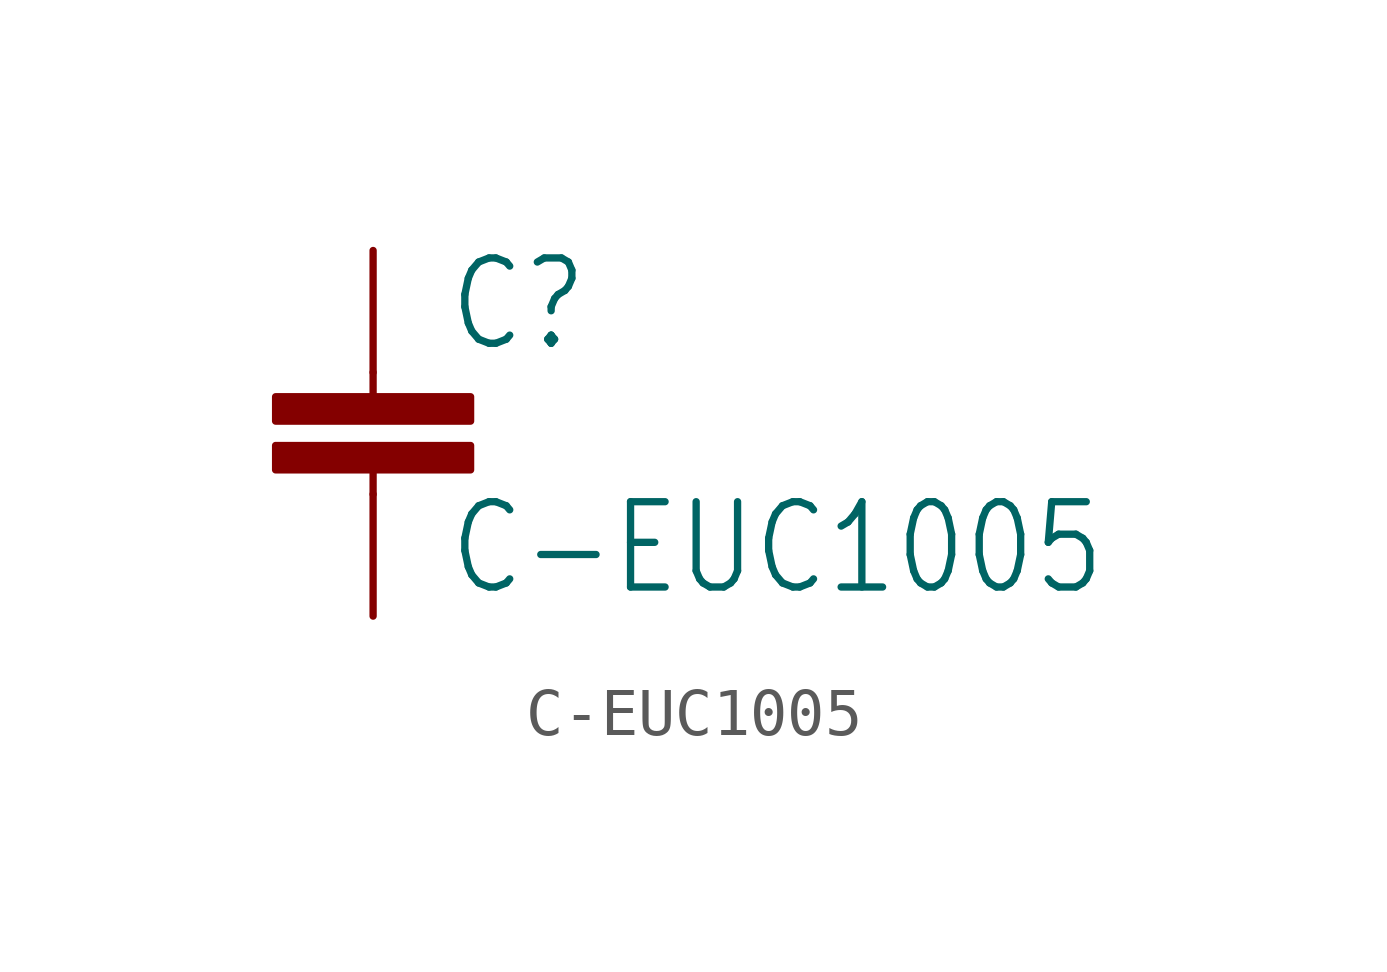
<source format=kicad_sym>
(kicad_symbol_lib
  (version 20211014)
  (generator kicad_symbol_editor)
  (symbol "C-EUC1005"
    (property "Reference" "C"
      (at 1.524 0.381 0)
      (effects (font (size 1.778 1.511)) (justify left bottom)))
    (property "Value" "C-EUC1005"
      (at 1.524 -4.699 0)
      (effects (font (size 1.778 1.511)) (justify left bottom)))
    (property "ki_locked" ""
      (at 0 0 0)
      (effects (font (size 1.27 1.27))))
    (symbol "C-EUC1005_1_0"
      (rectangle (start -2.032 -2.032) (end 2.032 -1.524) (stroke (width 0) (type default) (color 0 0 0 0)) (fill (type outline)))
      (rectangle (start -2.032 -1.016) (end 2.032 -0.508) (stroke (width 0) (type default) (color 0 0 0 0)) (fill (type outline)))
      (polyline (pts (xy 0 -2.54) (xy 0 -2.032)) (stroke (width 0.152) (type default) (color 0 0 0 0)) (fill (type none)))
      (polyline (pts (xy 0 0) (xy 0 -0.508)) (stroke (width 0.152) (type default) (color 0 0 0 0)) (fill (type none)))
      (pin passive line (at 0 2.54 270) (length 2.54) (name "1" (effects (font (size 0 0)))) (number "1" (effects (font (size 0 0)))))
      (pin passive line (at 0 -5.08 90) (length 2.54) (name "2" (effects (font (size 0 0)))) (number "2" (effects (font (size 0 0))))))))
</source>
